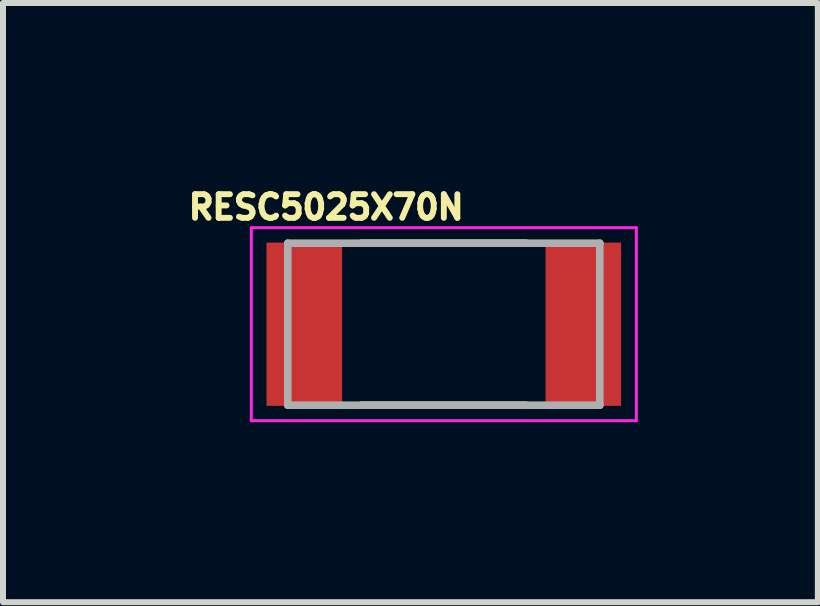
<source format=kicad_pcb>
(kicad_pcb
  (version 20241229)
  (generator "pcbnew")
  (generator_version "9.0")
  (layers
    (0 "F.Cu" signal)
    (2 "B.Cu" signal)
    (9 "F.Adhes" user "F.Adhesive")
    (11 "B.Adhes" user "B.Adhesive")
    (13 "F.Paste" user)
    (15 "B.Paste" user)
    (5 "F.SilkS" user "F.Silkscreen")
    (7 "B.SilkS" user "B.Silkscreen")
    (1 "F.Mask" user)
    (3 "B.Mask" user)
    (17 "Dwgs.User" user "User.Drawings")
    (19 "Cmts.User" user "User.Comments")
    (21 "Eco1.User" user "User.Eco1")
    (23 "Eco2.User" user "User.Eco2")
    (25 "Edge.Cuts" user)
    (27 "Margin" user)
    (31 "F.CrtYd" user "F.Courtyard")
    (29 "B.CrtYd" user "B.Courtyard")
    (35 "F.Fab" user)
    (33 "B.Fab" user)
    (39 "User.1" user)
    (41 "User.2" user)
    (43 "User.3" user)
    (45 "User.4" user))
  (footprint "RESC5025X70N"
    (layer "F.Cu")
    (at 4.346 2.353)
    (property "Reference" "RESC5025X70N" (at -1.96 -1.95 0) (layer "F.SilkS") (effects (font (size 0.394 0.394) (thickness 0.15))))
    (attr through_hole)
    (fp_line (start -1.37 -1.35) (end 1.37 -1.35) (stroke (width 0.127) (type solid)) (layer "F.SilkS"))
    (fp_line (start -1.37 1.35) (end 1.37 1.35) (stroke (width 0.127) (type solid)) (layer "F.SilkS"))
    (fp_line (start -3.208 -1.608) (end 3.208 -1.608) (stroke (width 0.05) (type solid)) (layer "F.CrtYd"))
    (fp_line (start -3.208 1.608) (end -3.208 -1.608) (stroke (width 0.05) (type solid)) (layer "F.CrtYd"))
    (fp_line (start -3.208 1.608) (end 3.208 1.608) (stroke (width 0.05) (type solid)) (layer "F.CrtYd"))
    (fp_line (start 3.208 1.608) (end 3.208 -1.608) (stroke (width 0.05) (type solid)) (layer "F.CrtYd"))
    (fp_line (start -2.6 1.35) (end -2.6 -1.35) (stroke (width 0.127) (type solid)) (layer "F.Fab"))
    (fp_line (start 2.6 -1.35) (end -2.6 -1.35) (stroke (width 0.127) (type solid)) (layer "F.Fab"))
    (fp_line (start 2.6 1.35) (end -2.6 1.35) (stroke (width 0.127) (type solid)) (layer "F.Fab"))
    (fp_line (start 2.6 1.35) (end 2.6 -1.35) (stroke (width 0.127) (type solid)) (layer "F.Fab"))
    (pad "1" smd rect (at -2.325 0) (size 1.26 2.72) (layers "F.Cu" "F.Mask" "F.Paste"))
    (pad "2" smd rect (at 2.325 0) (size 1.26 2.72) (layers "F.Cu" "F.Mask" "F.Paste")))
  (gr_rect
    (start -3 -3)
    (end 10.579 6.986)
    (stroke (width 0.1) (type default))
    (fill no)
    (layer "Edge.Cuts")))
</source>
